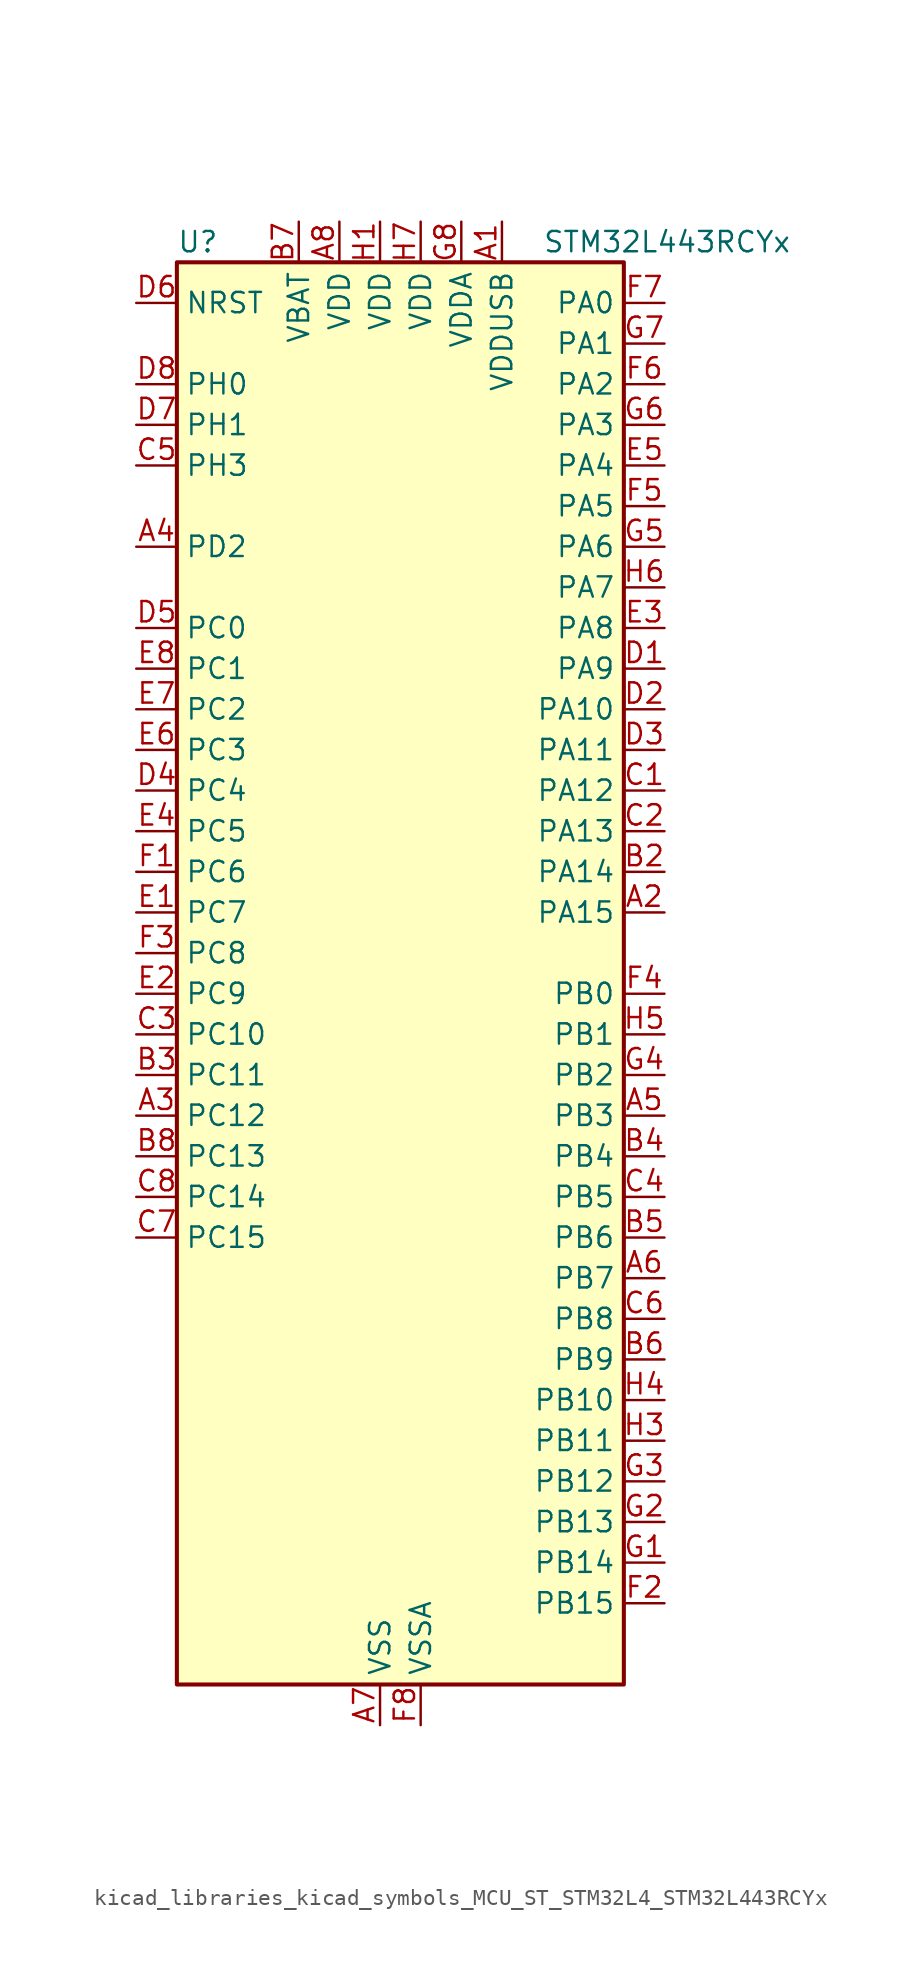
<source format=kicad_sym>
(kicad_symbol_lib
  (version 20220914)
  (generator kicad_symbol_editor)
  (symbol "kicad_libraries_kicad_symbols_MCU_ST_STM32L4_STM32L443RCYx"
    (property "Reference" "U"
      (at -12.7 46.99 0)
      (effects (font (size 1.27 1.27)) (justify left)))
    (property "Value" "STM32L443RCYx"
      (at 10.16 46.99 0)
      (effects (font (size 1.27 1.27)) (justify left)))
    (property "ki_locked" ""
      (at 0 0 0)
      (effects (font (size 1.27 1.27))))
    (symbol "kicad_libraries_kicad_symbols_MCU_ST_STM32L4_STM32L443RCYx_0_1"
      (rectangle (start -12.7 -43.18) (end 15.24 45.72) (stroke (width 0.254) (type default)) (fill (type background))))
    (symbol "kicad_libraries_kicad_symbols_MCU_ST_STM32L4_STM32L443RCYx_1_1"
      (pin power_in line (at 7.62 48.26 270) (length 2.54) (name "VDDUSB" (effects (font (size 1.27 1.27)))) (number "A1" (effects (font (size 1.27 1.27)))))
      (pin bidirectional line (at 17.78 5.08 180) (length 2.54) (name "PA15" (effects (font (size 1.27 1.27)))) (number "A2" (effects (font (size 1.27 1.27)))) (alternate "ADC1_EXTI15" bidirectional line) (alternate "LCD_SEG17" bidirectional line) (alternate "SPI1_NSS" bidirectional line) (alternate "SPI3_NSS" bidirectional line) (alternate "SWPMI1_SUSPEND" bidirectional line) (alternate "SYS_JTDI" bidirectional line) (alternate "TIM2_CH1" bidirectional line) (alternate "TIM2_ETR" bidirectional line) (alternate "TSC_G3_IO1" bidirectional line) (alternate "USART2_RX" bidirectional line) (alternate "USART3_DE" bidirectional line) (alternate "USART3_RTS" bidirectional line))
      (pin bidirectional line (at -15.24 -7.62 0) (length 2.54) (name "PC12" (effects (font (size 1.27 1.27)))) (number "A3" (effects (font (size 1.27 1.27)))) (alternate "LCD_COM6" bidirectional line) (alternate "LCD_SEG30" bidirectional line) (alternate "LCD_SEG42" bidirectional line) (alternate "SDMMC1_CK" bidirectional line) (alternate "SPI3_MOSI" bidirectional line) (alternate "TSC_G3_IO4" bidirectional line) (alternate "USART3_CK" bidirectional line))
      (pin bidirectional line (at -15.24 27.94 0) (length 2.54) (name "PD2" (effects (font (size 1.27 1.27)))) (number "A4" (effects (font (size 1.27 1.27)))) (alternate "LCD_COM7" bidirectional line) (alternate "LCD_SEG31" bidirectional line) (alternate "LCD_SEG43" bidirectional line) (alternate "SDMMC1_CMD" bidirectional line) (alternate "TSC_SYNC" bidirectional line) (alternate "USART3_DE" bidirectional line) (alternate "USART3_RTS" bidirectional line))
      (pin bidirectional line (at 17.78 -7.62 180) (length 2.54) (name "PB3" (effects (font (size 1.27 1.27)))) (number "A5" (effects (font (size 1.27 1.27)))) (alternate "COMP2_INM" bidirectional line) (alternate "LCD_SEG7" bidirectional line) (alternate "SAI1_SCK_B" bidirectional line) (alternate "SPI1_SCK" bidirectional line) (alternate "SPI3_SCK" bidirectional line) (alternate "SYS_JTDO-SWO" bidirectional line) (alternate "TIM2_CH2" bidirectional line) (alternate "USART1_DE" bidirectional line) (alternate "USART1_RTS" bidirectional line))
      (pin bidirectional line (at 17.78 -17.78 180) (length 2.54) (name "PB7" (effects (font (size 1.27 1.27)))) (number "A6" (effects (font (size 1.27 1.27)))) (alternate "COMP2_INM" bidirectional line) (alternate "I2C1_SDA" bidirectional line) (alternate "LCD_SEG21" bidirectional line) (alternate "LPTIM1_IN2" bidirectional line) (alternate "SYS_PVD_IN" bidirectional line) (alternate "TSC_G2_IO4" bidirectional line) (alternate "USART1_RX" bidirectional line))
      (pin power_in line (at 0 -45.72 90) (length 2.54) (name "VSS" (effects (font (size 1.27 1.27)))) (number "A7" (effects (font (size 1.27 1.27)))))
      (pin power_in line (at -2.54 48.26 270) (length 2.54) (name "VDD" (effects (font (size 1.27 1.27)))) (number "A8" (effects (font (size 1.27 1.27)))))
      (pin passive line (at 0 -45.72 90) (length 2.54) hide (name "VSS" (effects (font (size 1.27 1.27)))) (number "B1" (effects (font (size 1.27 1.27)))))
      (pin bidirectional line (at 17.78 7.62 180) (length 2.54) (name "PA14" (effects (font (size 1.27 1.27)))) (number "B2" (effects (font (size 1.27 1.27)))) (alternate "I2C1_SMBA" bidirectional line) (alternate "LPTIM1_OUT" bidirectional line) (alternate "SAI1_FS_B" bidirectional line) (alternate "SWPMI1_RX" bidirectional line) (alternate "SYS_JTCK-SWCLK" bidirectional line))
      (pin bidirectional line (at -15.24 -5.08 0) (length 2.54) (name "PC11" (effects (font (size 1.27 1.27)))) (number "B3" (effects (font (size 1.27 1.27)))) (alternate "ADC1_EXTI11" bidirectional line) (alternate "LCD_COM5" bidirectional line) (alternate "LCD_SEG29" bidirectional line) (alternate "LCD_SEG41" bidirectional line) (alternate "SDMMC1_D3" bidirectional line) (alternate "SPI3_MISO" bidirectional line) (alternate "TSC_G3_IO3" bidirectional line) (alternate "USART3_RX" bidirectional line))
      (pin bidirectional line (at 17.78 -10.16 180) (length 2.54) (name "PB4" (effects (font (size 1.27 1.27)))) (number "B4" (effects (font (size 1.27 1.27)))) (alternate "COMP2_INP" bidirectional line) (alternate "I2C3_SDA" bidirectional line) (alternate "LCD_SEG8" bidirectional line) (alternate "SAI1_MCLK_B" bidirectional line) (alternate "SPI1_MISO" bidirectional line) (alternate "SPI3_MISO" bidirectional line) (alternate "SYS_JTRST" bidirectional line) (alternate "TSC_G2_IO1" bidirectional line) (alternate "USART1_CTS" bidirectional line))
      (pin bidirectional line (at 17.78 -15.24 180) (length 2.54) (name "PB6" (effects (font (size 1.27 1.27)))) (number "B5" (effects (font (size 1.27 1.27)))) (alternate "COMP2_INP" bidirectional line) (alternate "I2C1_SCL" bidirectional line) (alternate "LPTIM1_ETR" bidirectional line) (alternate "SAI1_FS_B" bidirectional line) (alternate "TIM16_CH1N" bidirectional line) (alternate "TSC_G2_IO3" bidirectional line) (alternate "USART1_TX" bidirectional line))
      (pin bidirectional line (at 17.78 -22.86 180) (length 2.54) (name "PB9" (effects (font (size 1.27 1.27)))) (number "B6" (effects (font (size 1.27 1.27)))) (alternate "CAN1_TX" bidirectional line) (alternate "DAC1_EXTI9" bidirectional line) (alternate "I2C1_SDA" bidirectional line) (alternate "IR_OUT" bidirectional line) (alternate "LCD_COM3" bidirectional line) (alternate "SAI1_FS_A" bidirectional line) (alternate "SDMMC1_D5" bidirectional line) (alternate "SPI2_NSS" bidirectional line))
      (pin power_in line (at -5.08 48.26 270) (length 2.54) (name "VBAT" (effects (font (size 1.27 1.27)))) (number "B7" (effects (font (size 1.27 1.27)))))
      (pin bidirectional line (at -15.24 -10.16 0) (length 2.54) (name "PC13" (effects (font (size 1.27 1.27)))) (number "B8" (effects (font (size 1.27 1.27)))) (alternate "RTC_OUT_ALARM" bidirectional line) (alternate "RTC_OUT_CALIB" bidirectional line) (alternate "RTC_TAMP1" bidirectional line) (alternate "RTC_TS" bidirectional line) (alternate "SYS_WKUP2" bidirectional line))
      (pin bidirectional line (at 17.78 12.7 180) (length 2.54) (name "PA12" (effects (font (size 1.27 1.27)))) (number "C1" (effects (font (size 1.27 1.27)))) (alternate "CAN1_TX" bidirectional line) (alternate "SPI1_MOSI" bidirectional line) (alternate "TIM1_ETR" bidirectional line) (alternate "USART1_DE" bidirectional line) (alternate "USART1_RTS" bidirectional line) (alternate "USB_DP" bidirectional line))
      (pin bidirectional line (at 17.78 10.16 180) (length 2.54) (name "PA13" (effects (font (size 1.27 1.27)))) (number "C2" (effects (font (size 1.27 1.27)))) (alternate "IR_OUT" bidirectional line) (alternate "SAI1_SD_B" bidirectional line) (alternate "SWPMI1_TX" bidirectional line) (alternate "SYS_JTMS-SWDIO" bidirectional line) (alternate "USB_NOE" bidirectional line))
      (pin bidirectional line (at -15.24 -2.54 0) (length 2.54) (name "PC10" (effects (font (size 1.27 1.27)))) (number "C3" (effects (font (size 1.27 1.27)))) (alternate "LCD_COM4" bidirectional line) (alternate "LCD_SEG28" bidirectional line) (alternate "LCD_SEG40" bidirectional line) (alternate "SDMMC1_D2" bidirectional line) (alternate "SPI3_SCK" bidirectional line) (alternate "TSC_G3_IO2" bidirectional line) (alternate "USART3_TX" bidirectional line))
      (pin bidirectional line (at 17.78 -12.7 180) (length 2.54) (name "PB5" (effects (font (size 1.27 1.27)))) (number "C4" (effects (font (size 1.27 1.27)))) (alternate "COMP2_OUT" bidirectional line) (alternate "I2C1_SMBA" bidirectional line) (alternate "LCD_SEG9" bidirectional line) (alternate "LPTIM1_IN1" bidirectional line) (alternate "SAI1_SD_B" bidirectional line) (alternate "SPI1_MOSI" bidirectional line) (alternate "SPI3_MOSI" bidirectional line) (alternate "TIM16_BKIN" bidirectional line) (alternate "TSC_G2_IO2" bidirectional line) (alternate "USART1_CK" bidirectional line))
      (pin bidirectional line (at -15.24 33.02 0) (length 2.54) (name "PH3" (effects (font (size 1.27 1.27)))) (number "C5" (effects (font (size 1.27 1.27)))))
      (pin bidirectional line (at 17.78 -20.32 180) (length 2.54) (name "PB8" (effects (font (size 1.27 1.27)))) (number "C6" (effects (font (size 1.27 1.27)))) (alternate "CAN1_RX" bidirectional line) (alternate "I2C1_SCL" bidirectional line) (alternate "LCD_SEG16" bidirectional line) (alternate "SAI1_MCLK_A" bidirectional line) (alternate "SDMMC1_D4" bidirectional line) (alternate "TIM16_CH1" bidirectional line))
      (pin bidirectional line (at -15.24 -15.24 0) (length 2.54) (name "PC15" (effects (font (size 1.27 1.27)))) (number "C7" (effects (font (size 1.27 1.27)))) (alternate "ADC1_EXTI15" bidirectional line) (alternate "RCC_OSC32_OUT" bidirectional line))
      (pin bidirectional line (at -15.24 -12.7 0) (length 2.54) (name "PC14" (effects (font (size 1.27 1.27)))) (number "C8" (effects (font (size 1.27 1.27)))) (alternate "RCC_OSC32_IN" bidirectional line))
      (pin bidirectional line (at 17.78 20.32 180) (length 2.54) (name "PA9" (effects (font (size 1.27 1.27)))) (number "D1" (effects (font (size 1.27 1.27)))) (alternate "DAC1_EXTI9" bidirectional line) (alternate "I2C1_SCL" bidirectional line) (alternate "LCD_COM1" bidirectional line) (alternate "SAI1_FS_A" bidirectional line) (alternate "TIM15_BKIN" bidirectional line) (alternate "TIM1_CH2" bidirectional line) (alternate "USART1_TX" bidirectional line))
      (pin bidirectional line (at 17.78 17.78 180) (length 2.54) (name "PA10" (effects (font (size 1.27 1.27)))) (number "D2" (effects (font (size 1.27 1.27)))) (alternate "CRS_SYNC" bidirectional line) (alternate "I2C1_SDA" bidirectional line) (alternate "LCD_COM2" bidirectional line) (alternate "SAI1_SD_A" bidirectional line) (alternate "TIM1_CH3" bidirectional line) (alternate "USART1_RX" bidirectional line))
      (pin bidirectional line (at 17.78 15.24 180) (length 2.54) (name "PA11" (effects (font (size 1.27 1.27)))) (number "D3" (effects (font (size 1.27 1.27)))) (alternate "ADC1_EXTI11" bidirectional line) (alternate "CAN1_RX" bidirectional line) (alternate "COMP1_OUT" bidirectional line) (alternate "SPI1_MISO" bidirectional line) (alternate "TIM1_BKIN2" bidirectional line) (alternate "TIM1_BKIN2_COMP1" bidirectional line) (alternate "TIM1_CH4" bidirectional line) (alternate "USART1_CTS" bidirectional line) (alternate "USB_DM" bidirectional line))
      (pin bidirectional line (at -15.24 12.7 0) (length 2.54) (name "PC4" (effects (font (size 1.27 1.27)))) (number "D4" (effects (font (size 1.27 1.27)))) (alternate "ADC1_IN13" bidirectional line) (alternate "COMP1_INM" bidirectional line) (alternate "LCD_SEG22" bidirectional line) (alternate "USART3_TX" bidirectional line))
      (pin bidirectional line (at -15.24 22.86 0) (length 2.54) (name "PC0" (effects (font (size 1.27 1.27)))) (number "D5" (effects (font (size 1.27 1.27)))) (alternate "ADC1_IN1" bidirectional line) (alternate "I2C3_SCL" bidirectional line) (alternate "LCD_SEG18" bidirectional line) (alternate "LPTIM1_IN1" bidirectional line) (alternate "LPTIM2_IN1" bidirectional line) (alternate "LPUART1_RX" bidirectional line))
      (pin input line (at -15.24 43.18 0) (length 2.54) (name "NRST" (effects (font (size 1.27 1.27)))) (number "D6" (effects (font (size 1.27 1.27)))))
      (pin bidirectional line (at -15.24 35.56 0) (length 2.54) (name "PH1" (effects (font (size 1.27 1.27)))) (number "D7" (effects (font (size 1.27 1.27)))) (alternate "RCC_OSC_OUT" bidirectional line))
      (pin bidirectional line (at -15.24 38.1 0) (length 2.54) (name "PH0" (effects (font (size 1.27 1.27)))) (number "D8" (effects (font (size 1.27 1.27)))) (alternate "RCC_OSC_IN" bidirectional line))
      (pin bidirectional line (at -15.24 5.08 0) (length 2.54) (name "PC7" (effects (font (size 1.27 1.27)))) (number "E1" (effects (font (size 1.27 1.27)))) (alternate "LCD_SEG25" bidirectional line) (alternate "SDMMC1_D7" bidirectional line) (alternate "TSC_G4_IO2" bidirectional line))
      (pin bidirectional line (at -15.24 0 0) (length 2.54) (name "PC9" (effects (font (size 1.27 1.27)))) (number "E2" (effects (font (size 1.27 1.27)))) (alternate "DAC1_EXTI9" bidirectional line) (alternate "LCD_SEG27" bidirectional line) (alternate "SDMMC1_D1" bidirectional line) (alternate "TSC_G4_IO4" bidirectional line) (alternate "USB_NOE" bidirectional line))
      (pin bidirectional line (at 17.78 22.86 180) (length 2.54) (name "PA8" (effects (font (size 1.27 1.27)))) (number "E3" (effects (font (size 1.27 1.27)))) (alternate "LCD_COM0" bidirectional line) (alternate "LPTIM2_OUT" bidirectional line) (alternate "RCC_MCO" bidirectional line) (alternate "SAI1_SCK_A" bidirectional line) (alternate "SWPMI1_IO" bidirectional line) (alternate "TIM1_CH1" bidirectional line) (alternate "USART1_CK" bidirectional line))
      (pin bidirectional line (at -15.24 10.16 0) (length 2.54) (name "PC5" (effects (font (size 1.27 1.27)))) (number "E4" (effects (font (size 1.27 1.27)))) (alternate "ADC1_IN14" bidirectional line) (alternate "COMP1_INP" bidirectional line) (alternate "LCD_SEG23" bidirectional line) (alternate "SYS_WKUP5" bidirectional line) (alternate "USART3_RX" bidirectional line))
      (pin bidirectional line (at 17.78 33.02 180) (length 2.54) (name "PA4" (effects (font (size 1.27 1.27)))) (number "E5" (effects (font (size 1.27 1.27)))) (alternate "ADC1_IN9" bidirectional line) (alternate "COMP1_INM" bidirectional line) (alternate "COMP2_INM" bidirectional line) (alternate "DAC1_OUT1" bidirectional line) (alternate "LPTIM2_OUT" bidirectional line) (alternate "SAI1_FS_B" bidirectional line) (alternate "SPI1_NSS" bidirectional line) (alternate "SPI3_NSS" bidirectional line) (alternate "USART2_CK" bidirectional line))
      (pin bidirectional line (at -15.24 15.24 0) (length 2.54) (name "PC3" (effects (font (size 1.27 1.27)))) (number "E6" (effects (font (size 1.27 1.27)))) (alternate "ADC1_IN4" bidirectional line) (alternate "LCD_VLCD" bidirectional line) (alternate "LPTIM1_ETR" bidirectional line) (alternate "LPTIM2_ETR" bidirectional line) (alternate "SAI1_SD_A" bidirectional line) (alternate "SPI2_MOSI" bidirectional line))
      (pin bidirectional line (at -15.24 17.78 0) (length 2.54) (name "PC2" (effects (font (size 1.27 1.27)))) (number "E7" (effects (font (size 1.27 1.27)))) (alternate "ADC1_IN3" bidirectional line) (alternate "LCD_SEG20" bidirectional line) (alternate "LPTIM1_IN2" bidirectional line) (alternate "SPI2_MISO" bidirectional line))
      (pin bidirectional line (at -15.24 20.32 0) (length 2.54) (name "PC1" (effects (font (size 1.27 1.27)))) (number "E8" (effects (font (size 1.27 1.27)))) (alternate "ADC1_IN2" bidirectional line) (alternate "I2C3_SDA" bidirectional line) (alternate "LCD_SEG19" bidirectional line) (alternate "LPTIM1_OUT" bidirectional line) (alternate "LPUART1_TX" bidirectional line))
      (pin bidirectional line (at -15.24 7.62 0) (length 2.54) (name "PC6" (effects (font (size 1.27 1.27)))) (number "F1" (effects (font (size 1.27 1.27)))) (alternate "LCD_SEG24" bidirectional line) (alternate "SDMMC1_D6" bidirectional line) (alternate "TSC_G4_IO1" bidirectional line))
      (pin bidirectional line (at 17.78 -38.1 180) (length 2.54) (name "PB15" (effects (font (size 1.27 1.27)))) (number "F2" (effects (font (size 1.27 1.27)))) (alternate "ADC1_EXTI15" bidirectional line) (alternate "LCD_SEG15" bidirectional line) (alternate "RTC_REFIN" bidirectional line) (alternate "SAI1_SD_A" bidirectional line) (alternate "SPI2_MOSI" bidirectional line) (alternate "SWPMI1_SUSPEND" bidirectional line) (alternate "TIM15_CH2" bidirectional line) (alternate "TIM1_CH3N" bidirectional line) (alternate "TSC_G1_IO4" bidirectional line))
      (pin bidirectional line (at -15.24 2.54 0) (length 2.54) (name "PC8" (effects (font (size 1.27 1.27)))) (number "F3" (effects (font (size 1.27 1.27)))) (alternate "LCD_SEG26" bidirectional line) (alternate "SDMMC1_D0" bidirectional line) (alternate "TSC_G4_IO3" bidirectional line))
      (pin bidirectional line (at 17.78 0 180) (length 2.54) (name "PB0" (effects (font (size 1.27 1.27)))) (number "F4" (effects (font (size 1.27 1.27)))) (alternate "ADC1_IN15" bidirectional line) (alternate "COMP1_OUT" bidirectional line) (alternate "LCD_SEG5" bidirectional line) (alternate "QUADSPI_BK1_IO1" bidirectional line) (alternate "SAI1_EXTCLK" bidirectional line) (alternate "SPI1_NSS" bidirectional line) (alternate "TIM1_CH2N" bidirectional line) (alternate "USART3_CK" bidirectional line))
      (pin bidirectional line (at 17.78 30.48 180) (length 2.54) (name "PA5" (effects (font (size 1.27 1.27)))) (number "F5" (effects (font (size 1.27 1.27)))) (alternate "ADC1_IN10" bidirectional line) (alternate "COMP1_INM" bidirectional line) (alternate "COMP2_INM" bidirectional line) (alternate "DAC1_OUT2" bidirectional line) (alternate "LPTIM2_ETR" bidirectional line) (alternate "SPI1_SCK" bidirectional line) (alternate "TIM2_CH1" bidirectional line) (alternate "TIM2_ETR" bidirectional line))
      (pin bidirectional line (at 17.78 38.1 180) (length 2.54) (name "PA2" (effects (font (size 1.27 1.27)))) (number "F6" (effects (font (size 1.27 1.27)))) (alternate "ADC1_IN7" bidirectional line) (alternate "COMP2_INM" bidirectional line) (alternate "COMP2_OUT" bidirectional line) (alternate "LCD_SEG1" bidirectional line) (alternate "LPUART1_TX" bidirectional line) (alternate "QUADSPI_BK1_NCS" bidirectional line) (alternate "RCC_LSCO" bidirectional line) (alternate "SYS_WKUP4" bidirectional line) (alternate "TIM15_CH1" bidirectional line) (alternate "TIM2_CH3" bidirectional line) (alternate "USART2_TX" bidirectional line))
      (pin bidirectional line (at 17.78 43.18 180) (length 2.54) (name "PA0" (effects (font (size 1.27 1.27)))) (number "F7" (effects (font (size 1.27 1.27)))) (alternate "ADC1_IN5" bidirectional line) (alternate "COMP1_INM" bidirectional line) (alternate "COMP1_OUT" bidirectional line) (alternate "OPAMP1_VINP" bidirectional line) (alternate "RTC_TAMP2" bidirectional line) (alternate "SAI1_EXTCLK" bidirectional line) (alternate "SYS_WKUP1" bidirectional line) (alternate "TIM2_CH1" bidirectional line) (alternate "TIM2_ETR" bidirectional line) (alternate "USART2_CTS" bidirectional line))
      (pin power_in line (at 2.54 -45.72 90) (length 2.54) (name "VSSA" (effects (font (size 1.27 1.27)))) (number "F8" (effects (font (size 1.27 1.27)))))
      (pin bidirectional line (at 17.78 -35.56 180) (length 2.54) (name "PB14" (effects (font (size 1.27 1.27)))) (number "G1" (effects (font (size 1.27 1.27)))) (alternate "I2C2_SDA" bidirectional line) (alternate "LCD_SEG14" bidirectional line) (alternate "SAI1_MCLK_A" bidirectional line) (alternate "SPI2_MISO" bidirectional line) (alternate "SWPMI1_RX" bidirectional line) (alternate "TIM15_CH1" bidirectional line) (alternate "TIM1_CH2N" bidirectional line) (alternate "TSC_G1_IO3" bidirectional line) (alternate "USART3_DE" bidirectional line) (alternate "USART3_RTS" bidirectional line))
      (pin bidirectional line (at 17.78 -33.02 180) (length 2.54) (name "PB13" (effects (font (size 1.27 1.27)))) (number "G2" (effects (font (size 1.27 1.27)))) (alternate "I2C2_SCL" bidirectional line) (alternate "LCD_SEG13" bidirectional line) (alternate "LPUART1_CTS" bidirectional line) (alternate "SAI1_SCK_A" bidirectional line) (alternate "SPI2_SCK" bidirectional line) (alternate "SWPMI1_TX" bidirectional line) (alternate "TIM15_CH1N" bidirectional line) (alternate "TIM1_CH1N" bidirectional line) (alternate "TSC_G1_IO2" bidirectional line) (alternate "USART3_CTS" bidirectional line))
      (pin bidirectional line (at 17.78 -30.48 180) (length 2.54) (name "PB12" (effects (font (size 1.27 1.27)))) (number "G3" (effects (font (size 1.27 1.27)))) (alternate "I2C2_SMBA" bidirectional line) (alternate "LCD_SEG12" bidirectional line) (alternate "LPUART1_DE" bidirectional line) (alternate "LPUART1_RTS" bidirectional line) (alternate "SAI1_FS_A" bidirectional line) (alternate "SPI2_NSS" bidirectional line) (alternate "SWPMI1_IO" bidirectional line) (alternate "TIM15_BKIN" bidirectional line) (alternate "TIM1_BKIN" bidirectional line) (alternate "TIM1_BKIN_COMP2" bidirectional line) (alternate "TSC_G1_IO1" bidirectional line) (alternate "USART3_CK" bidirectional line))
      (pin bidirectional line (at 17.78 -5.08 180) (length 2.54) (name "PB2" (effects (font (size 1.27 1.27)))) (number "G4" (effects (font (size 1.27 1.27)))) (alternate "COMP1_INP" bidirectional line) (alternate "I2C3_SMBA" bidirectional line) (alternate "LCD_VLCD" bidirectional line) (alternate "LPTIM1_OUT" bidirectional line) (alternate "RTC_OUT_ALARM" bidirectional line) (alternate "RTC_OUT_CALIB" bidirectional line))
      (pin bidirectional line (at 17.78 27.94 180) (length 2.54) (name "PA6" (effects (font (size 1.27 1.27)))) (number "G5" (effects (font (size 1.27 1.27)))) (alternate "ADC1_IN11" bidirectional line) (alternate "COMP1_OUT" bidirectional line) (alternate "LCD_SEG3" bidirectional line) (alternate "LPUART1_CTS" bidirectional line) (alternate "QUADSPI_BK1_IO3" bidirectional line) (alternate "SPI1_MISO" bidirectional line) (alternate "TIM16_CH1" bidirectional line) (alternate "TIM1_BKIN" bidirectional line) (alternate "TIM1_BKIN_COMP2" bidirectional line) (alternate "USART3_CTS" bidirectional line))
      (pin bidirectional line (at 17.78 35.56 180) (length 2.54) (name "PA3" (effects (font (size 1.27 1.27)))) (number "G6" (effects (font (size 1.27 1.27)))) (alternate "ADC1_IN8" bidirectional line) (alternate "COMP2_INP" bidirectional line) (alternate "LCD_SEG2" bidirectional line) (alternate "LPUART1_RX" bidirectional line) (alternate "OPAMP1_VOUT" bidirectional line) (alternate "QUADSPI_CLK" bidirectional line) (alternate "SAI1_MCLK_A" bidirectional line) (alternate "TIM15_CH2" bidirectional line) (alternate "TIM2_CH4" bidirectional line) (alternate "USART2_RX" bidirectional line))
      (pin bidirectional line (at 17.78 40.64 180) (length 2.54) (name "PA1" (effects (font (size 1.27 1.27)))) (number "G7" (effects (font (size 1.27 1.27)))) (alternate "ADC1_IN6" bidirectional line) (alternate "COMP1_INP" bidirectional line) (alternate "I2C1_SMBA" bidirectional line) (alternate "LCD_SEG0" bidirectional line) (alternate "OPAMP1_VINM" bidirectional line) (alternate "SPI1_SCK" bidirectional line) (alternate "TIM15_CH1N" bidirectional line) (alternate "TIM2_CH2" bidirectional line) (alternate "USART2_DE" bidirectional line) (alternate "USART2_RTS" bidirectional line))
      (pin power_in line (at 5.08 48.26 270) (length 2.54) (name "VDDA" (effects (font (size 1.27 1.27)))) (number "G8" (effects (font (size 1.27 1.27)))))
      (pin power_in line (at 0 48.26 270) (length 2.54) (name "VDD" (effects (font (size 1.27 1.27)))) (number "H1" (effects (font (size 1.27 1.27)))))
      (pin passive line (at 0 -45.72 90) (length 2.54) hide (name "VSS" (effects (font (size 1.27 1.27)))) (number "H2" (effects (font (size 1.27 1.27)))))
      (pin bidirectional line (at 17.78 -27.94 180) (length 2.54) (name "PB11" (effects (font (size 1.27 1.27)))) (number "H3" (effects (font (size 1.27 1.27)))) (alternate "ADC1_EXTI11" bidirectional line) (alternate "COMP2_OUT" bidirectional line) (alternate "I2C2_SDA" bidirectional line) (alternate "LCD_SEG11" bidirectional line) (alternate "LPUART1_TX" bidirectional line) (alternate "QUADSPI_BK1_NCS" bidirectional line) (alternate "TIM2_CH4" bidirectional line) (alternate "USART3_RX" bidirectional line))
      (pin bidirectional line (at 17.78 -25.4 180) (length 2.54) (name "PB10" (effects (font (size 1.27 1.27)))) (number "H4" (effects (font (size 1.27 1.27)))) (alternate "COMP1_OUT" bidirectional line) (alternate "I2C2_SCL" bidirectional line) (alternate "LCD_SEG10" bidirectional line) (alternate "LPUART1_RX" bidirectional line) (alternate "QUADSPI_CLK" bidirectional line) (alternate "SAI1_SCK_A" bidirectional line) (alternate "SPI2_SCK" bidirectional line) (alternate "TIM2_CH3" bidirectional line) (alternate "TSC_SYNC" bidirectional line) (alternate "USART3_TX" bidirectional line))
      (pin bidirectional line (at 17.78 -2.54 180) (length 2.54) (name "PB1" (effects (font (size 1.27 1.27)))) (number "H5" (effects (font (size 1.27 1.27)))) (alternate "ADC1_IN16" bidirectional line) (alternate "COMP1_INM" bidirectional line) (alternate "LCD_SEG6" bidirectional line) (alternate "LPTIM2_IN1" bidirectional line) (alternate "LPUART1_DE" bidirectional line) (alternate "LPUART1_RTS" bidirectional line) (alternate "QUADSPI_BK1_IO0" bidirectional line) (alternate "TIM1_CH3N" bidirectional line) (alternate "USART3_DE" bidirectional line) (alternate "USART3_RTS" bidirectional line))
      (pin bidirectional line (at 17.78 25.4 180) (length 2.54) (name "PA7" (effects (font (size 1.27 1.27)))) (number "H6" (effects (font (size 1.27 1.27)))) (alternate "ADC1_IN12" bidirectional line) (alternate "COMP2_OUT" bidirectional line) (alternate "I2C3_SCL" bidirectional line) (alternate "LCD_SEG4" bidirectional line) (alternate "QUADSPI_BK1_IO2" bidirectional line) (alternate "SPI1_MOSI" bidirectional line) (alternate "TIM1_CH1N" bidirectional line))
      (pin power_in line (at 2.54 48.26 270) (length 2.54) (name "VDD" (effects (font (size 1.27 1.27)))) (number "H7" (effects (font (size 1.27 1.27)))))
      (pin passive line (at 0 -45.72 90) (length 2.54) hide (name "VSS" (effects (font (size 1.27 1.27)))) (number "H8" (effects (font (size 1.27 1.27))))))))
</source>
